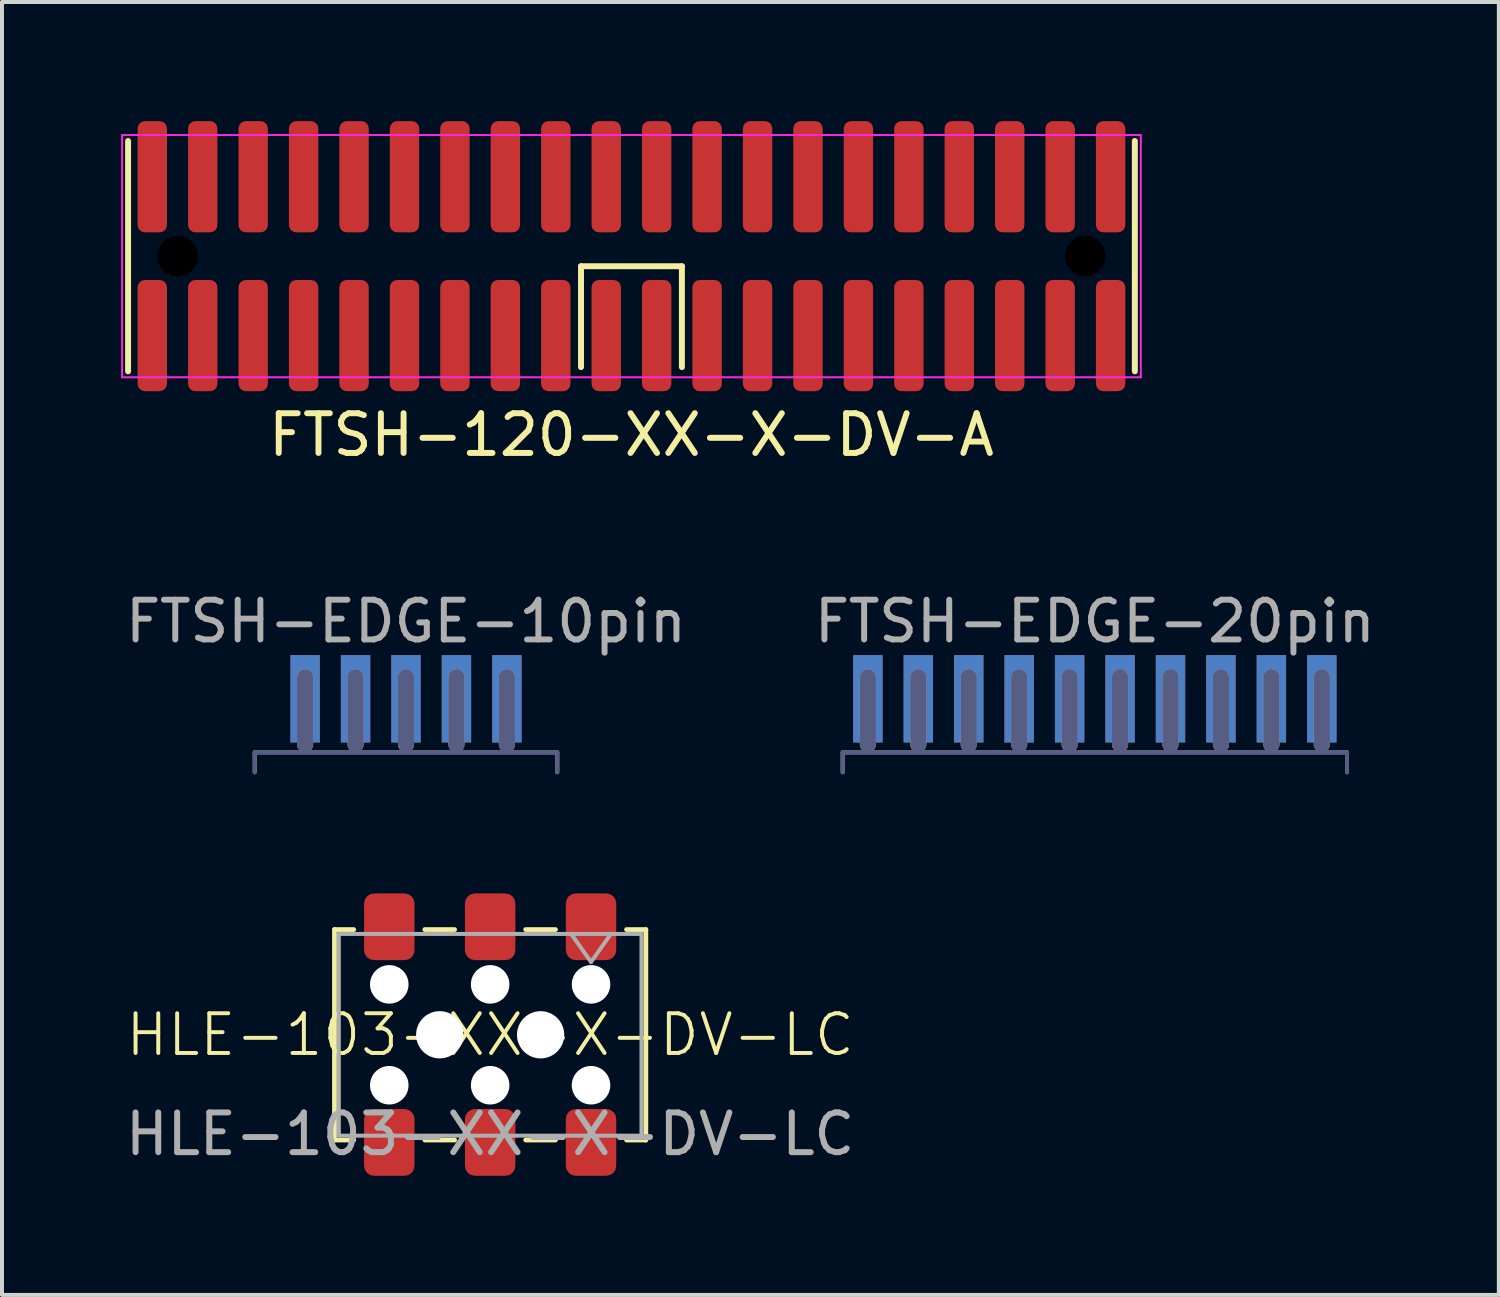
<source format=kicad_pcb>
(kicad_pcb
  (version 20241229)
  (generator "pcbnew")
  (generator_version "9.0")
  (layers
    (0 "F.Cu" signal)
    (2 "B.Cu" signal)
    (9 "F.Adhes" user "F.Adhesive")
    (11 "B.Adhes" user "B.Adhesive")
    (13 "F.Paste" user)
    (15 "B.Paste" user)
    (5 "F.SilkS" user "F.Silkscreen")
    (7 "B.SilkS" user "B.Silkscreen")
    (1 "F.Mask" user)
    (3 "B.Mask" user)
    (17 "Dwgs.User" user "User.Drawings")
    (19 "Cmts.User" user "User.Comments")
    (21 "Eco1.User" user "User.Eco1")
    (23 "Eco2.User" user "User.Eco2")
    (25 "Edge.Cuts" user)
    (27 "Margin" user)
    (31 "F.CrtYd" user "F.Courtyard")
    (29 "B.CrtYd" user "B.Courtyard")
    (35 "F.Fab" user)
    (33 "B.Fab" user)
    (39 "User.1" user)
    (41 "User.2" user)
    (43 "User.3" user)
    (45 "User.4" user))
  (footprint "FTSH-120-XX-X-DV-A"
    (layer "F.Cu")
    (at 12.85 3.4)
    (property "Reference" "FTSH-120-XX-X-DV-A" (at 0 4.5 0) (layer "F.SilkS") (effects (font (size 1 1) (thickness 0.15))))
    (attr smd)
    (fp_line (start -12.675 -2.9) (end -12.675 2.9) (stroke (width 0.15) (type solid)) (layer "F.SilkS"))
    (fp_line (start -1.27 0.254) (end 1.27 0.254) (stroke (width 0.15) (type solid)) (layer "F.SilkS"))
    (fp_line (start -1.27 2.794) (end -1.27 0.254) (stroke (width 0.15) (type solid)) (layer "F.SilkS"))
    (fp_line (start 1.27 0.254) (end 1.27 2.794) (stroke (width 0.15) (type solid)) (layer "F.SilkS"))
    (fp_line (start 12.675 -2.9) (end 12.675 2.9) (stroke (width 0.15) (type solid)) (layer "F.SilkS"))
    (fp_line (start -12.825 -3.05) (end 12.825 -3.05) (stroke (width 0.05) (type solid)) (layer "F.CrtYd"))
    (fp_line (start -12.825 3.05) (end -12.825 -3.05) (stroke (width 0.05) (type solid)) (layer "F.CrtYd"))
    (fp_line (start 12.825 -3.05) (end 12.825 3.05) (stroke (width 0.05) (type solid)) (layer "F.CrtYd"))
    (fp_line (start 12.825 3.05) (end -12.825 3.05) (stroke (width 0.05) (type solid)) (layer "F.CrtYd"))
    (pad "" np_thru_hole circle (at -11.43 0) (size 1.02 1.02) (drill 1.02) (layers "*.Mask"))
    (pad "" np_thru_hole circle (at 11.43 0) (size 1.02 1.02) (drill 1.02) (layers "*.Mask"))
    (pad "1" smd roundrect (at -12.065 2) (size 0.74 2.8) (layers "F.Cu" "F.Mask" "F.Paste") (roundrect_rratio 0.25))
    (pad "2" smd roundrect (at -12.065 -2) (size 0.74 2.8) (layers "F.Cu" "F.Mask" "F.Paste") (roundrect_rratio 0.25))
    (pad "3" smd roundrect (at -10.795 2) (size 0.74 2.8) (layers "F.Cu" "F.Mask" "F.Paste") (roundrect_rratio 0.25))
    (pad "4" smd roundrect (at -10.795 -2) (size 0.74 2.8) (layers "F.Cu" "F.Mask" "F.Paste") (roundrect_rratio 0.25))
    (pad "5" smd roundrect (at -9.525 2) (size 0.74 2.8) (layers "F.Cu" "F.Mask" "F.Paste") (roundrect_rratio 0.25))
    (pad "6" smd roundrect (at -9.525 -2) (size 0.74 2.8) (layers "F.Cu" "F.Mask" "F.Paste") (roundrect_rratio 0.25))
    (pad "7" smd roundrect (at -8.255 2) (size 0.74 2.8) (layers "F.Cu" "F.Mask" "F.Paste") (roundrect_rratio 0.25))
    (pad "8" smd roundrect (at -8.255 -2) (size 0.74 2.8) (layers "F.Cu" "F.Mask" "F.Paste") (roundrect_rratio 0.25))
    (pad "9" smd roundrect (at -6.985 2) (size 0.74 2.8) (layers "F.Cu" "F.Mask" "F.Paste") (roundrect_rratio 0.25))
    (pad "10" smd roundrect (at -6.985 -2) (size 0.74 2.8) (layers "F.Cu" "F.Mask" "F.Paste") (roundrect_rratio 0.25))
    (pad "11" smd roundrect (at -5.715 2) (size 0.74 2.8) (layers "F.Cu" "F.Mask" "F.Paste") (roundrect_rratio 0.25))
    (pad "12" smd roundrect (at -5.715 -2) (size 0.74 2.8) (layers "F.Cu" "F.Mask" "F.Paste") (roundrect_rratio 0.25))
    (pad "13" smd roundrect (at -4.445 2) (size 0.74 2.8) (layers "F.Cu" "F.Mask" "F.Paste") (roundrect_rratio 0.25))
    (pad "14" smd roundrect (at -4.445 -2) (size 0.74 2.8) (layers "F.Cu" "F.Mask" "F.Paste") (roundrect_rratio 0.25))
    (pad "15" smd roundrect (at -3.175 2) (size 0.74 2.8) (layers "F.Cu" "F.Mask" "F.Paste") (roundrect_rratio 0.25))
    (pad "16" smd roundrect (at -3.175 -2) (size 0.74 2.8) (layers "F.Cu" "F.Mask" "F.Paste") (roundrect_rratio 0.25))
    (pad "17" smd roundrect (at -1.905 2) (size 0.74 2.8) (layers "F.Cu" "F.Mask" "F.Paste") (roundrect_rratio 0.25))
    (pad "18" smd roundrect (at -1.905 -2) (size 0.74 2.8) (layers "F.Cu" "F.Mask" "F.Paste") (roundrect_rratio 0.25))
    (pad "19" smd roundrect (at -0.635 2) (size 0.74 2.8) (layers "F.Cu" "F.Mask" "F.Paste") (roundrect_rratio 0.25))
    (pad "20" smd roundrect (at -0.635 -2) (size 0.74 2.8) (layers "F.Cu" "F.Mask" "F.Paste") (roundrect_rratio 0.25))
    (pad "21" smd roundrect (at 0.635 2) (size 0.74 2.8) (layers "F.Cu" "F.Mask" "F.Paste") (roundrect_rratio 0.25))
    (pad "22" smd roundrect (at 0.635 -2) (size 0.74 2.8) (layers "F.Cu" "F.Mask" "F.Paste") (roundrect_rratio 0.25))
    (pad "23" smd roundrect (at 1.905 2) (size 0.74 2.8) (layers "F.Cu" "F.Mask" "F.Paste") (roundrect_rratio 0.25))
    (pad "24" smd roundrect (at 1.905 -2) (size 0.74 2.8) (layers "F.Cu" "F.Mask" "F.Paste") (roundrect_rratio 0.25))
    (pad "25" smd roundrect (at 3.175 2) (size 0.74 2.8) (layers "F.Cu" "F.Mask" "F.Paste") (roundrect_rratio 0.25))
    (pad "26" smd roundrect (at 3.175 -2) (size 0.74 2.8) (layers "F.Cu" "F.Mask" "F.Paste") (roundrect_rratio 0.25))
    (pad "27" smd roundrect (at 4.445 2) (size 0.74 2.8) (layers "F.Cu" "F.Mask" "F.Paste") (roundrect_rratio 0.25))
    (pad "28" smd roundrect (at 4.445 -2) (size 0.74 2.8) (layers "F.Cu" "F.Mask" "F.Paste") (roundrect_rratio 0.25))
    (pad "29" smd roundrect (at 5.715 2) (size 0.74 2.8) (layers "F.Cu" "F.Mask" "F.Paste") (roundrect_rratio 0.25))
    (pad "30" smd roundrect (at 5.715 -2) (size 0.74 2.8) (layers "F.Cu" "F.Mask" "F.Paste") (roundrect_rratio 0.25))
    (pad "31" smd roundrect (at 6.985 2) (size 0.74 2.8) (layers "F.Cu" "F.Mask" "F.Paste") (roundrect_rratio 0.25))
    (pad "32" smd roundrect (at 6.985 -2) (size 0.74 2.8) (layers "F.Cu" "F.Mask" "F.Paste") (roundrect_rratio 0.25))
    (pad "33" smd roundrect (at 8.255 2) (size 0.74 2.8) (layers "F.Cu" "F.Mask" "F.Paste") (roundrect_rratio 0.25))
    (pad "34" smd roundrect (at 8.255 -2) (size 0.74 2.8) (layers "F.Cu" "F.Mask" "F.Paste") (roundrect_rratio 0.25))
    (pad "35" smd roundrect (at 9.525 2) (size 0.74 2.8) (layers "F.Cu" "F.Mask" "F.Paste") (roundrect_rratio 0.25))
    (pad "36" smd roundrect (at 9.525 -2) (size 0.74 2.8) (layers "F.Cu" "F.Mask" "F.Paste") (roundrect_rratio 0.25))
    (pad "37" smd roundrect (at 10.795 2) (size 0.74 2.8) (layers "F.Cu" "F.Mask" "F.Paste") (roundrect_rratio 0.25))
    (pad "38" smd roundrect (at 10.795 -2) (size 0.74 2.8) (layers "F.Cu" "F.Mask" "F.Paste") (roundrect_rratio 0.25))
    (pad "39" smd roundrect (at 12.065 2) (size 0.74 2.8) (layers "F.Cu" "F.Mask" "F.Paste") (roundrect_rratio 0.25))
    (pad "40" smd roundrect (at 12.065 -2) (size 0.74 2.8) (layers "F.Cu" "F.Mask" "F.Paste") (roundrect_rratio 0.25)))
  (footprint "HLE-103-XX-X-DV-LC"
    (layer "F.Cu")
    (at 9.292 23.006)
    (property "Reference" "HLE-103-XX-X-DV-LC" (at 0 0 0) (unlocked yes) (layer "F.SilkS") (effects (font (size 1 1) (thickness 0.1))))
    (attr smd)
    (fp_line (start -3.92 -2.65) (end -3.92 2.65) (stroke (width 0.12) (type solid)) (layer "F.SilkS"))
    (fp_line (start -3.92 2.65) (end -3.435 2.65) (stroke (width 0.12) (type solid)) (layer "F.SilkS"))
    (fp_line (start -3.435 -2.65) (end -3.92 -2.65) (stroke (width 0.12) (type solid)) (layer "F.SilkS"))
    (fp_line (start -1.645 -2.65) (end -0.895 -2.65) (stroke (width 0.12) (type solid)) (layer "F.SilkS"))
    (fp_line (start -1.645 2.65) (end -0.895 2.65) (stroke (width 0.12) (type solid)) (layer "F.SilkS"))
    (fp_line (start 0.895 -2.65) (end 1.645 -2.65) (stroke (width 0.12) (type solid)) (layer "F.SilkS"))
    (fp_line (start 0.895 2.65) (end 1.645 2.65) (stroke (width 0.12) (type solid)) (layer "F.SilkS"))
    (fp_line (start 3.435 -2.65) (end 3.92 -2.65) (stroke (width 0.12) (type solid)) (layer "F.SilkS"))
    (fp_line (start 3.92 -2.65) (end 3.92 2.65) (stroke (width 0.12) (type solid)) (layer "F.SilkS"))
    (fp_line (start 3.92 2.65) (end 3.435 2.65) (stroke (width 0.12) (type solid)) (layer "F.SilkS"))
    (fp_line (start -3.81 -2.54) (end 3.81 -2.54) (stroke (width 0.1) (type solid)) (layer "F.Fab"))
    (fp_line (start -3.81 2.54) (end -3.81 -2.54) (stroke (width 0.1) (type solid)) (layer "F.Fab"))
    (fp_line (start 2.04 -2.54) (end 2.54 -1.833) (stroke (width 0.1) (type solid)) (layer "F.Fab"))
    (fp_line (start 2.54 -1.833) (end 3.04 -2.54) (stroke (width 0.1) (type solid)) (layer "F.Fab"))
    (fp_line (start 3.81 -2.54) (end 3.81 2.54) (stroke (width 0.1) (type solid)) (layer "F.Fab"))
    (fp_line (start 3.81 2.54) (end -3.81 2.54) (stroke (width 0.1) (type solid)) (layer "F.Fab"))
    (fp_text user "${REFERENCE}" (at 0 2.5 0) (unlocked yes) (layer "F.Fab") (effects (font (size 1 1) (thickness 0.15))))
    (pad "" np_thru_hole circle (at -2.54 -1.27) (size 0.97 0.97) (drill 0.97) (layers "*.Cu" "*.Mask"))
    (pad "" np_thru_hole circle (at -2.54 1.27) (size 0.97 0.97) (drill 0.97) (layers "*.Cu" "*.Mask"))
    (pad "" np_thru_hole circle (at -1.27 0) (size 1.19 1.19) (drill 1.19) (layers "*.Cu" "*.Mask"))
    (pad "" np_thru_hole circle (at 0 -1.27) (size 0.97 0.97) (drill 0.97) (layers "*.Cu" "*.Mask"))
    (pad "" np_thru_hole circle (at 0 1.27) (size 0.97 0.97) (drill 0.97) (layers "*.Cu" "*.Mask"))
    (pad "" np_thru_hole circle (at 1.27 0) (size 1.19 1.19) (drill 1.19) (layers "*.Cu" "*.Mask"))
    (pad "" np_thru_hole circle (at 2.54 -1.27) (size 0.97 0.97) (drill 0.97) (layers "*.Cu" "*.Mask"))
    (pad "" np_thru_hole circle (at 2.54 1.27) (size 0.97 0.97) (drill 0.97) (layers "*.Cu" "*.Mask"))
    (pad "1" smd roundrect (at 2.54 -2.72) (size 1.27 1.68) (layers "F.Cu" "F.Mask" "F.Paste") (roundrect_rratio 0.197))
    (pad "2" smd roundrect (at 2.54 2.71) (size 1.27 1.68) (layers "F.Cu" "F.Mask" "F.Paste") (roundrect_rratio 0.197))
    (pad "3" smd roundrect (at 0 -2.72) (size 1.27 1.68) (layers "F.Cu" "F.Mask" "F.Paste") (roundrect_rratio 0.197))
    (pad "4" smd roundrect (at 0 2.71) (size 1.27 1.68) (layers "F.Cu" "F.Mask" "F.Paste") (roundrect_rratio 0.197))
    (pad "5" smd roundrect (at -2.54 -2.72) (size 1.27 1.68) (layers "F.Cu" "F.Mask" "F.Paste") (roundrect_rratio 0.197))
    (pad "6" smd roundrect (at -2.54 2.71) (size 1.27 1.68) (layers "F.Cu" "F.Mask" "F.Paste") (roundrect_rratio 0.197)))
  (footprint "FTSH-EDGE-10pin"
    (layer "F.Cu")
    (at 7.173 15.896)
    (property "Reference" "FTSH-EDGE-10pin" (at 0 -3.3 0) (layer "F.Fab") (effects (font (size 1 1) (thickness 0.15))))
    (attr through_hole)
    (fp_line (start -3.81 0) (end -3.81 0.5) (stroke (width 0.1) (type solid)) (layer "B.Fab"))
    (fp_line (start -3.81 0) (end 3.81 0) (stroke (width 0.1) (type solid)) (layer "B.Fab"))
    (fp_line (start -2.54 -0.203) (end -2.54 -1.894) (stroke (width 0.406) (type solid)) (layer "B.Fab"))
    (fp_line (start -1.27 -0.203) (end -1.27 -1.894) (stroke (width 0.406) (type solid)) (layer "B.Fab"))
    (fp_line (start 0 -0.203) (end 0 -1.894) (stroke (width 0.406) (type solid)) (layer "B.Fab"))
    (fp_line (start 1.27 -0.203) (end 1.27 -1.894) (stroke (width 0.406) (type solid)) (layer "B.Fab"))
    (fp_line (start 2.54 -0.203) (end 2.54 -1.894) (stroke (width 0.406) (type solid)) (layer "B.Fab"))
    (fp_line (start 3.81 0) (end 3.81 0.5) (stroke (width 0.1) (type solid)) (layer "B.Fab"))
    (fp_line (start -3.81 0) (end -3.81 0.5) (stroke (width 0.1) (type solid)) (layer "F.Fab"))
    (fp_line (start -3.81 0) (end 3.81 0) (stroke (width 0.1) (type solid)) (layer "F.Fab"))
    (fp_line (start -2.54 -0.203) (end -2.54 -1.894) (stroke (width 0.406) (type solid)) (layer "F.Fab"))
    (fp_line (start -1.27 -0.203) (end -1.27 -1.894) (stroke (width 0.406) (type solid)) (layer "F.Fab"))
    (fp_line (start 0 -0.203) (end 0 -1.894) (stroke (width 0.406) (type solid)) (layer "F.Fab"))
    (fp_line (start 1.27 -0.203) (end 1.27 -1.894) (stroke (width 0.406) (type solid)) (layer "F.Fab"))
    (fp_line (start 2.54 -0.203) (end 2.54 -1.894) (stroke (width 0.406) (type solid)) (layer "F.Fab"))
    (fp_line (start 3.81 0) (end 3.81 0.5) (stroke (width 0.1) (type solid)) (layer "F.Fab"))
    (pad "1" smd rect (at -2.54 -1.35) (size 0.74 2.2) (layers "F.Cu" "F.Mask" "F.Paste"))
    (pad "2" smd rect (at -2.54 -1.35) (size 0.74 2.2) (layers "B.Cu" "B.Mask" "B.Paste"))
    (pad "3" smd rect (at -1.27 -1.35) (size 0.74 2.2) (layers "F.Cu" "F.Mask" "F.Paste"))
    (pad "4" smd rect (at -1.27 -1.35) (size 0.74 2.2) (layers "B.Cu" "B.Mask" "B.Paste"))
    (pad "5" smd rect (at 0 -1.35) (size 0.74 2.2) (layers "F.Cu" "F.Mask" "F.Paste"))
    (pad "6" smd rect (at 0 -1.35) (size 0.74 2.2) (layers "B.Cu" "B.Mask" "B.Paste"))
    (pad "7" smd rect (at 1.27 -1.35) (size 0.74 2.2) (layers "F.Cu" "F.Mask" "F.Paste"))
    (pad "8" smd rect (at 1.27 -1.35) (size 0.74 2.2) (layers "B.Cu" "B.Mask" "B.Paste"))
    (pad "9" smd rect (at 2.54 -1.35) (size 0.74 2.2) (layers "F.Cu" "F.Mask" "F.Paste"))
    (pad "10" smd rect (at 2.54 -1.35) (size 0.74 2.2) (layers "B.Cu" "B.Mask" "B.Paste")))
  (footprint "FTSH-EDGE-20pin"
    (layer "F.Cu")
    (at 24.518 15.896)
    (property "Reference" "FTSH-EDGE-20pin" (at 0 -3.3 0) (layer "F.Fab") (effects (font (size 1 1) (thickness 0.15))))
    (attr through_hole)
    (fp_line (start -6.35 0) (end -6.35 0.5) (stroke (width 0.1) (type solid)) (layer "B.Fab"))
    (fp_line (start -6.35 0) (end 6.35 0) (stroke (width 0.1) (type solid)) (layer "B.Fab"))
    (fp_line (start -5.715 -0.203) (end -5.715 -1.894) (stroke (width 0.406) (type solid)) (layer "B.Fab"))
    (fp_line (start -4.445 -0.203) (end -4.445 -1.894) (stroke (width 0.406) (type solid)) (layer "B.Fab"))
    (fp_line (start -3.175 -0.203) (end -3.175 -1.894) (stroke (width 0.406) (type solid)) (layer "B.Fab"))
    (fp_line (start -1.905 -0.203) (end -1.905 -1.894) (stroke (width 0.406) (type solid)) (layer "B.Fab"))
    (fp_line (start -0.635 -0.203) (end -0.635 -1.894) (stroke (width 0.406) (type solid)) (layer "B.Fab"))
    (fp_line (start 0.635 -0.203) (end 0.635 -1.894) (stroke (width 0.406) (type solid)) (layer "B.Fab"))
    (fp_line (start 1.905 -0.203) (end 1.905 -1.894) (stroke (width 0.406) (type solid)) (layer "B.Fab"))
    (fp_line (start 3.175 -0.203) (end 3.175 -1.894) (stroke (width 0.406) (type solid)) (layer "B.Fab"))
    (fp_line (start 4.445 -0.203) (end 4.445 -1.894) (stroke (width 0.406) (type solid)) (layer "B.Fab"))
    (fp_line (start 5.715 -0.203) (end 5.715 -1.894) (stroke (width 0.406) (type solid)) (layer "B.Fab"))
    (fp_line (start 6.35 0) (end 6.35 0.5) (stroke (width 0.1) (type solid)) (layer "B.Fab"))
    (fp_line (start -6.35 0) (end -6.35 0.5) (stroke (width 0.1) (type solid)) (layer "F.Fab"))
    (fp_line (start -6.35 0) (end 6.35 0) (stroke (width 0.1) (type solid)) (layer "F.Fab"))
    (fp_line (start -5.715 -0.203) (end -5.715 -1.894) (stroke (width 0.406) (type solid)) (layer "F.Fab"))
    (fp_line (start -4.445 -0.203) (end -4.445 -1.894) (stroke (width 0.406) (type solid)) (layer "F.Fab"))
    (fp_line (start -3.175 -0.203) (end -3.175 -1.894) (stroke (width 0.406) (type solid)) (layer "F.Fab"))
    (fp_line (start -1.905 -0.203) (end -1.905 -1.894) (stroke (width 0.406) (type solid)) (layer "F.Fab"))
    (fp_line (start -0.635 -0.203) (end -0.635 -1.894) (stroke (width 0.406) (type solid)) (layer "F.Fab"))
    (fp_line (start 0.635 -0.203) (end 0.635 -1.894) (stroke (width 0.406) (type solid)) (layer "F.Fab"))
    (fp_line (start 1.905 -0.203) (end 1.905 -1.894) (stroke (width 0.406) (type solid)) (layer "F.Fab"))
    (fp_line (start 3.175 -0.203) (end 3.175 -1.894) (stroke (width 0.406) (type solid)) (layer "F.Fab"))
    (fp_line (start 4.445 -0.203) (end 4.445 -1.894) (stroke (width 0.406) (type solid)) (layer "F.Fab"))
    (fp_line (start 5.715 -0.203) (end 5.715 -1.894) (stroke (width 0.406) (type solid)) (layer "F.Fab"))
    (fp_line (start 6.35 0) (end 6.35 0.5) (stroke (width 0.1) (type solid)) (layer "F.Fab"))
    (pad "1" smd rect (at -5.715 -1.35) (size 0.74 2.2) (layers "F.Cu" "F.Mask" "F.Paste"))
    (pad "2" smd rect (at -5.715 -1.35) (size 0.74 2.2) (layers "B.Cu" "B.Mask" "B.Paste"))
    (pad "3" smd rect (at -4.445 -1.35) (size 0.74 2.2) (layers "F.Cu" "F.Mask" "F.Paste"))
    (pad "4" smd rect (at -4.445 -1.35) (size 0.74 2.2) (layers "B.Cu" "B.Mask" "B.Paste"))
    (pad "5" smd rect (at -3.175 -1.35) (size 0.74 2.2) (layers "F.Cu" "F.Mask" "F.Paste"))
    (pad "6" smd rect (at -3.175 -1.35) (size 0.74 2.2) (layers "B.Cu" "B.Mask" "B.Paste"))
    (pad "7" smd rect (at -1.905 -1.35) (size 0.74 2.2) (layers "F.Cu" "F.Mask" "F.Paste"))
    (pad "8" smd rect (at -1.905 -1.35) (size 0.74 2.2) (layers "B.Cu" "B.Mask" "B.Paste"))
    (pad "9" smd rect (at -0.635 -1.35) (size 0.74 2.2) (layers "F.Cu" "F.Mask" "F.Paste"))
    (pad "10" smd rect (at -0.635 -1.35) (size 0.74 2.2) (layers "B.Cu" "B.Mask" "B.Paste"))
    (pad "11" smd rect (at 0.635 -1.35) (size 0.74 2.2) (layers "F.Cu" "F.Mask" "F.Paste"))
    (pad "12" smd rect (at 0.635 -1.35) (size 0.74 2.2) (layers "B.Cu" "B.Mask" "B.Paste"))
    (pad "13" smd rect (at 1.905 -1.35) (size 0.74 2.2) (layers "F.Cu" "F.Mask" "F.Paste"))
    (pad "14" smd rect (at 1.905 -1.35) (size 0.74 2.2) (layers "B.Cu" "B.Mask" "B.Paste"))
    (pad "15" smd rect (at 3.175 -1.35) (size 0.74 2.2) (layers "F.Cu" "F.Mask" "F.Paste"))
    (pad "16" smd rect (at 3.175 -1.35) (size 0.74 2.2) (layers "B.Cu" "B.Mask" "B.Paste"))
    (pad "17" smd rect (at 4.445 -1.35) (size 0.74 2.2) (layers "F.Cu" "F.Mask" "F.Paste"))
    (pad "18" smd rect (at 4.445 -1.35) (size 0.74 2.2) (layers "B.Cu" "B.Mask" "B.Paste"))
    (pad "19" smd rect (at 5.715 -1.35) (size 0.74 2.2) (layers "F.Cu" "F.Mask" "F.Paste"))
    (pad "20" smd rect (at 5.715 -1.35) (size 0.74 2.2) (layers "B.Cu" "B.Mask" "B.Paste")))
  (gr_rect
    (start -3 -3)
    (end 34.69 29.556)
    (stroke (width 0.1) (type default))
    (fill no)
    (layer "Edge.Cuts")))
</source>
